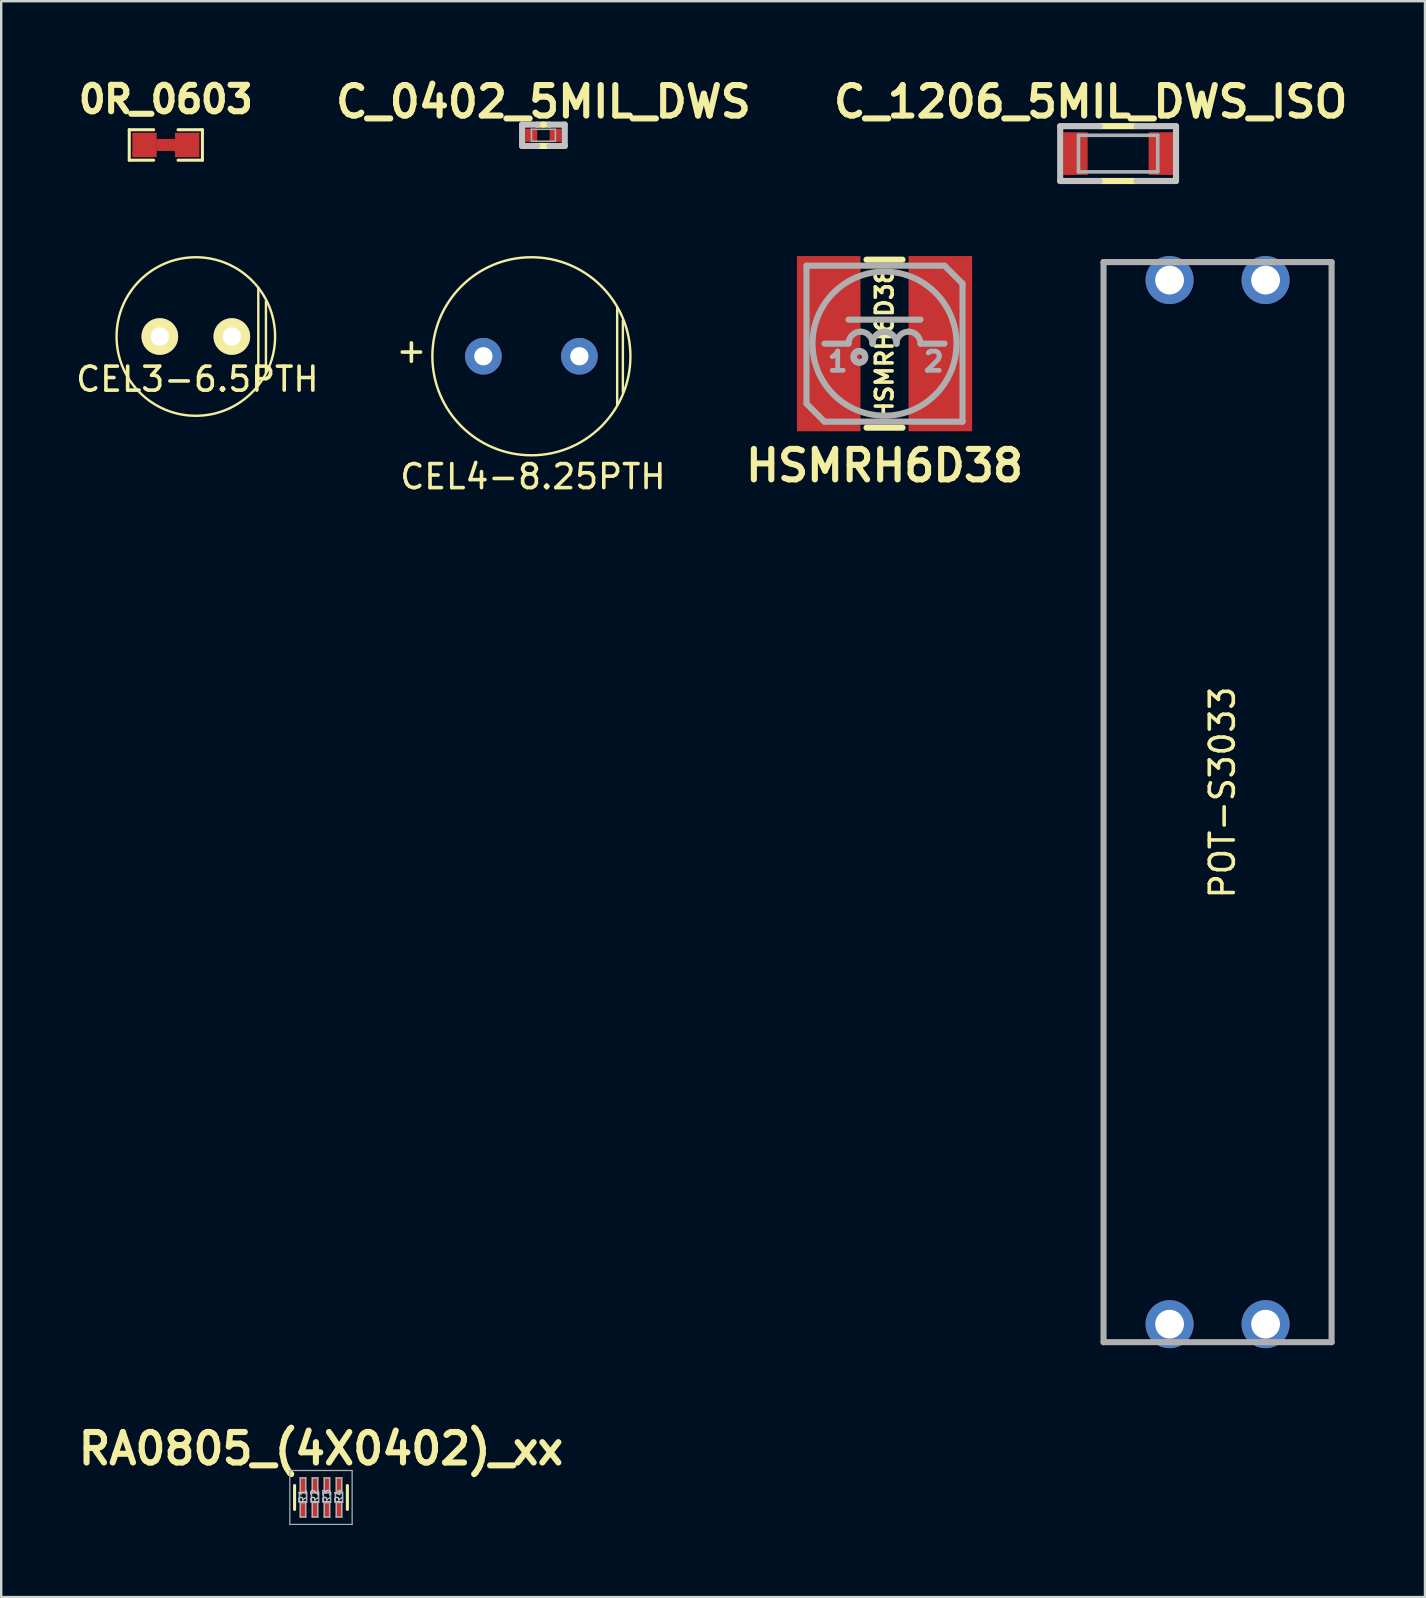
<source format=kicad_pcb>
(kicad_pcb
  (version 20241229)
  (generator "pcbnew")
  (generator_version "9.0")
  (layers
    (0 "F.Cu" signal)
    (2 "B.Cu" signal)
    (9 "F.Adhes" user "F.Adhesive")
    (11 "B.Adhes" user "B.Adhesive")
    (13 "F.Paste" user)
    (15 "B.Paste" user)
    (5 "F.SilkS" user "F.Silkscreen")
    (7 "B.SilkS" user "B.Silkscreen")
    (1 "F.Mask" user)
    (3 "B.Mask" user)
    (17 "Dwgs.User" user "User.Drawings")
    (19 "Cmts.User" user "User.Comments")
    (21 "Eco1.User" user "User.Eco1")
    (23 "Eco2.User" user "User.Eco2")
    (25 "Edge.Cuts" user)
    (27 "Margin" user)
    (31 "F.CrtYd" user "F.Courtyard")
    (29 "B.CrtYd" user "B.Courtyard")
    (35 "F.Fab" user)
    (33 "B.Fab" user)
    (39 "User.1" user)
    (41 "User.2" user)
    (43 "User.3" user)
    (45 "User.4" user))
  (footprint "CEL3-6.5PTH"
    (layer "F.Cu")
    (at 5.109 10.97)
    (property "Reference" "CEL3-6.5PTH" (at 0.064 1.778 0) (layer "F.SilkS") (effects (font (size 1 1) (thickness 0.15))))
    (attr through_hole)
    (fp_line (start 2.603 -2.032) (end 2.603 2.032) (stroke (width 0.1) (type solid)) (layer "F.SilkS"))
    (fp_line (start 2.921 -1.46) (end 2.921 1.524) (stroke (width 0.1) (type solid)) (layer "F.SilkS"))
    (fp_circle (center 0 0) (end -3.302 -0.064) (stroke (width 0.1) (type solid)) (fill no) (layer "F.SilkS"))
    (pad "1" thru_hole oval (at -1.5 0) (size 1.524 1.524) (drill 0.762) (layers "*.Cu" "*.Mask" "F.SilkS"))
    (pad "2" thru_hole circle (at 1.5 0) (size 1.524 1.524) (drill 0.762) (layers "*.Cu" "*.Mask" "F.SilkS")))
  (footprint "C_1206_5MIL_DWS_ISO"
    (layer "F.Cu")
    (at 43.533 3.348)
    (property "Reference" "C_1206_5MIL_DWS_ISO" (at -1.143 -2.159 0) (layer "F.SilkS") (effects (font (size 1.27 1.27) (thickness 0.254))))
    (attr smd)
    (fp_line (start 0.762 -1.143) (end -0.762 -1.143) (stroke (width 0.254) (type solid)) (layer "F.SilkS"))
    (fp_line (start 0.762 1.143) (end -0.762 1.143) (stroke (width 0.254) (type solid)) (layer "F.SilkS"))
    (fp_line (start -2.413 -1.143) (end -2.413 1.143) (stroke (width 0.254) (type solid)) (layer "Dwgs.User"))
    (fp_line (start -2.413 1.143) (end -0.762 1.143) (stroke (width 0.254) (type solid)) (layer "Dwgs.User"))
    (fp_line (start -0.762 -1.143) (end -2.413 -1.143) (stroke (width 0.254) (type solid)) (layer "Dwgs.User"))
    (fp_line (start 0.762 -1.143) (end 2.413 -1.143) (stroke (width 0.254) (type solid)) (layer "Dwgs.User"))
    (fp_line (start 2.413 -1.143) (end 2.413 1.143) (stroke (width 0.254) (type solid)) (layer "Dwgs.User"))
    (fp_line (start 2.413 1.143) (end 0.762 1.143) (stroke (width 0.254) (type solid)) (layer "Dwgs.User"))
    (fp_line (start -1.651 -0.762) (end -1.651 0.762) (stroke (width 0.15) (type solid)) (layer "F.Fab"))
    (fp_line (start -1.651 -0.762) (end 1.651 -0.762) (stroke (width 0.15) (type solid)) (layer "F.Fab"))
    (fp_line (start -1.651 0.762) (end 1.651 0.762) (stroke (width 0.15) (type solid)) (layer "F.Fab"))
    (fp_line (start 1.651 0.762) (end 1.651 -0.762) (stroke (width 0.15) (type solid)) (layer "F.Fab"))
    (pad "1" smd rect (at -1.778 0) (size 1.016 1.778) (layers "F.Cu" "F.Mask" "F.Paste"))
    (pad "2" smd rect (at 1.778 0) (size 1.016 1.778) (layers "F.Cu" "F.Mask" "F.Paste")))
  (footprint "RA0805_(4X0402)_xx"
    (layer "F.Cu")
    (at 10.323 59.338)
    (property "Reference" "RA0805_(4X0402)_xx" (at 0 -2.032 0) (layer "F.SilkS") (effects (font (size 1.27 1.27) (thickness 0.254))))
    (attr smd)
    (fp_line (start -1.1 -0.498) (end -1.1 0.498) (stroke (width 0.127) (type solid)) (layer "F.SilkS"))
    (fp_line (start 1.1 0.498) (end 1.1 -0.498) (stroke (width 0.127) (type solid)) (layer "F.SilkS"))
    (fp_line (start -1.298 -1.123) (end 1.298 -1.123) (stroke (width 0.051) (type solid)) (layer "F.Fab"))
    (fp_line (start -1.298 1.123) (end -1.298 -1.123) (stroke (width 0.051) (type solid)) (layer "F.Fab"))
    (fp_line (start -0.899 -0.198) (end -0.599 -0.198) (stroke (width 0.066) (type solid)) (layer "F.Fab"))
    (fp_line (start -0.899 0.198) (end -0.899 -0.198) (stroke (width 0.066) (type solid)) (layer "F.Fab"))
    (fp_line (start -0.899 0.198) (end -0.599 0.198) (stroke (width 0.066) (type solid)) (layer "F.Fab"))
    (fp_line (start -0.864 -0.813) (end -0.635 -0.813) (stroke (width 0.066) (type solid)) (layer "F.Fab"))
    (fp_line (start -0.864 -0.208) (end -0.864 -0.813) (stroke (width 0.066) (type solid)) (layer "F.Fab"))
    (fp_line (start -0.864 -0.208) (end -0.635 -0.208) (stroke (width 0.066) (type solid)) (layer "F.Fab"))
    (fp_line (start -0.864 0.208) (end -0.635 0.208) (stroke (width 0.066) (type solid)) (layer "F.Fab"))
    (fp_line (start -0.864 0.813) (end -0.864 0.208) (stroke (width 0.066) (type solid)) (layer "F.Fab"))
    (fp_line (start -0.864 0.813) (end -0.635 0.813) (stroke (width 0.066) (type solid)) (layer "F.Fab"))
    (fp_line (start -0.635 -0.208) (end -0.635 -0.813) (stroke (width 0.066) (type solid)) (layer "F.Fab"))
    (fp_line (start -0.635 0.813) (end -0.635 0.208) (stroke (width 0.066) (type solid)) (layer "F.Fab"))
    (fp_line (start -0.599 0.198) (end -0.599 -0.198) (stroke (width 0.066) (type solid)) (layer "F.Fab"))
    (fp_line (start -0.399 -0.198) (end -0.099 -0.198) (stroke (width 0.066) (type solid)) (layer "F.Fab"))
    (fp_line (start -0.399 0.198) (end -0.399 -0.198) (stroke (width 0.066) (type solid)) (layer "F.Fab"))
    (fp_line (start -0.399 0.198) (end -0.099 0.198) (stroke (width 0.066) (type solid)) (layer "F.Fab"))
    (fp_line (start -0.363 -0.813) (end -0.135 -0.813) (stroke (width 0.066) (type solid)) (layer "F.Fab"))
    (fp_line (start -0.363 -0.208) (end -0.363 -0.813) (stroke (width 0.066) (type solid)) (layer "F.Fab"))
    (fp_line (start -0.363 -0.208) (end -0.135 -0.208) (stroke (width 0.066) (type solid)) (layer "F.Fab"))
    (fp_line (start -0.363 0.208) (end -0.135 0.208) (stroke (width 0.066) (type solid)) (layer "F.Fab"))
    (fp_line (start -0.363 0.813) (end -0.363 0.208) (stroke (width 0.066) (type solid)) (layer "F.Fab"))
    (fp_line (start -0.363 0.813) (end -0.135 0.813) (stroke (width 0.066) (type solid)) (layer "F.Fab"))
    (fp_line (start -0.135 -0.208) (end -0.135 -0.813) (stroke (width 0.066) (type solid)) (layer "F.Fab"))
    (fp_line (start -0.135 0.813) (end -0.135 0.208) (stroke (width 0.066) (type solid)) (layer "F.Fab"))
    (fp_line (start -0.099 0.198) (end -0.099 -0.198) (stroke (width 0.066) (type solid)) (layer "F.Fab"))
    (fp_line (start 0.099 -0.198) (end 0.399 -0.198) (stroke (width 0.066) (type solid)) (layer "F.Fab"))
    (fp_line (start 0.099 0.198) (end 0.099 -0.198) (stroke (width 0.066) (type solid)) (layer "F.Fab"))
    (fp_line (start 0.099 0.198) (end 0.399 0.198) (stroke (width 0.066) (type solid)) (layer "F.Fab"))
    (fp_line (start 0.135 -0.813) (end 0.363 -0.813) (stroke (width 0.066) (type solid)) (layer "F.Fab"))
    (fp_line (start 0.135 -0.208) (end 0.135 -0.813) (stroke (width 0.066) (type solid)) (layer "F.Fab"))
    (fp_line (start 0.135 -0.208) (end 0.363 -0.208) (stroke (width 0.066) (type solid)) (layer "F.Fab"))
    (fp_line (start 0.135 0.208) (end 0.363 0.208) (stroke (width 0.066) (type solid)) (layer "F.Fab"))
    (fp_line (start 0.135 0.813) (end 0.135 0.208) (stroke (width 0.066) (type solid)) (layer "F.Fab"))
    (fp_line (start 0.135 0.813) (end 0.363 0.813) (stroke (width 0.066) (type solid)) (layer "F.Fab"))
    (fp_line (start 0.363 -0.208) (end 0.363 -0.813) (stroke (width 0.066) (type solid)) (layer "F.Fab"))
    (fp_line (start 0.363 0.813) (end 0.363 0.208) (stroke (width 0.066) (type solid)) (layer "F.Fab"))
    (fp_line (start 0.399 0.198) (end 0.399 -0.198) (stroke (width 0.066) (type solid)) (layer "F.Fab"))
    (fp_line (start 0.599 -0.198) (end 0.899 -0.198) (stroke (width 0.066) (type solid)) (layer "F.Fab"))
    (fp_line (start 0.599 0.198) (end 0.599 -0.198) (stroke (width 0.066) (type solid)) (layer "F.Fab"))
    (fp_line (start 0.599 0.198) (end 0.899 0.198) (stroke (width 0.066) (type solid)) (layer "F.Fab"))
    (fp_line (start 0.635 -0.813) (end 0.864 -0.813) (stroke (width 0.066) (type solid)) (layer "F.Fab"))
    (fp_line (start 0.635 -0.208) (end 0.635 -0.813) (stroke (width 0.066) (type solid)) (layer "F.Fab"))
    (fp_line (start 0.635 -0.208) (end 0.864 -0.208) (stroke (width 0.066) (type solid)) (layer "F.Fab"))
    (fp_line (start 0.635 0.208) (end 0.864 0.208) (stroke (width 0.066) (type solid)) (layer "F.Fab"))
    (fp_line (start 0.635 0.813) (end 0.635 0.208) (stroke (width 0.066) (type solid)) (layer "F.Fab"))
    (fp_line (start 0.635 0.813) (end 0.864 0.813) (stroke (width 0.066) (type solid)) (layer "F.Fab"))
    (fp_line (start 0.864 -0.208) (end 0.864 -0.813) (stroke (width 0.066) (type solid)) (layer "F.Fab"))
    (fp_line (start 0.864 0.813) (end 0.864 0.208) (stroke (width 0.066) (type solid)) (layer "F.Fab"))
    (fp_line (start 0.899 0.198) (end 0.899 -0.198) (stroke (width 0.066) (type solid)) (layer "F.Fab"))
    (fp_line (start 1.298 -1.123) (end 1.298 1.123) (stroke (width 0.051) (type solid)) (layer "F.Fab"))
    (fp_line (start 1.298 1.123) (end -1.298 1.123) (stroke (width 0.051) (type solid)) (layer "F.Fab"))
    (fp_text user "R2" (at -0.251 -0.053 90) (layer "Dwgs.User") (effects (font (size 0.305 0.305) (thickness 0.051))))
    (fp_text user "R4" (at 0.747 -0.053 90) (layer "Dwgs.User") (effects (font (size 0.305 0.305) (thickness 0.051))))
    (fp_text user "R1" (at -0.752 -0.053 90) (layer "Dwgs.User") (effects (font (size 0.305 0.305) (thickness 0.051))))
    (fp_text user "R3" (at 0.246 -0.053 90) (layer "Dwgs.User") (effects (font (size 0.305 0.305) (thickness 0.051))))
    (pad "1.1" smd rect (at -0.75 0.512 90) (size 0.625 0.25) (layers "F.Cu" "F.Mask" "F.Paste"))
    (pad "1.2" smd rect (at -0.75 -0.512 90) (size 0.625 0.25) (layers "F.Cu" "F.Mask" "F.Paste"))
    (pad "2.1" smd rect (at -0.25 0.512 90) (size 0.625 0.25) (layers "F.Cu" "F.Mask" "F.Paste"))
    (pad "2.2" smd rect (at -0.25 -0.512 90) (size 0.625 0.25) (layers "F.Cu" "F.Mask" "F.Paste"))
    (pad "3.1" smd rect (at 0.25 0.512 270) (size 0.625 0.25) (layers "F.Cu" "F.Mask" "F.Paste"))
    (pad "3.2" smd rect (at 0.25 -0.512 270) (size 0.625 0.25) (layers "F.Cu" "F.Mask" "F.Paste"))
    (pad "4.1" smd rect (at 0.75 0.512 270) (size 0.625 0.25) (layers "F.Cu" "F.Mask" "F.Paste"))
    (pad "4.2" smd rect (at 0.75 -0.512 270) (size 0.625 0.25) (layers "F.Cu" "F.Mask" "F.Paste")))
  (footprint "0R_0603"
    (layer "F.Cu")
    (at 3.859 2.989)
    (property "Reference" "0R_0603" (at 0 -1.9 0) (layer "F.SilkS") (effects (font (size 1.1 1.1) (thickness 0.254))))
    (attr smd)
    (fp_line (start -1.524 -0.635) (end -1.524 0.635) (stroke (width 0.127) (type solid)) (layer "F.SilkS"))
    (fp_line (start -1.524 -0.635) (end -0.508 -0.635) (stroke (width 0.127) (type solid)) (layer "F.SilkS"))
    (fp_line (start -1.524 0.635) (end -0.508 0.635) (stroke (width 0.127) (type solid)) (layer "F.SilkS"))
    (fp_line (start 0.508 -0.635) (end 1.524 -0.635) (stroke (width 0.127) (type solid)) (layer "F.SilkS"))
    (fp_line (start 1.524 -0.635) (end 1.524 0.635) (stroke (width 0.127) (type solid)) (layer "F.SilkS"))
    (fp_line (start 1.524 0.635) (end 0.508 0.635) (stroke (width 0.127) (type solid)) (layer "F.SilkS"))
    (pad "1" smd rect (at -0.889 0) (size 1.016 1.016) (layers "F.Cu" "F.Mask" "F.Paste"))
    (pad "1" smd rect (at 0 0) (size 0.78 0.5) (layers "F.Cu" "F.Mask" "F.Paste"))
    (pad "2" smd rect (at 0.889 0) (size 1.016 1.016) (layers "F.Cu" "F.Mask" "F.Paste")))
  (footprint "HSMRH6D38"
    (layer "F.Cu")
    (at 33.801 11.268)
    (property "Reference" "HSMRH6D38" (at 0 5.08 0) (layer "F.SilkS") (effects (font (size 1.27 1.27) (thickness 0.254))))
    (attr through_hole)
    (fp_line (start -0.75 -3.5) (end 0.75 -3.5) (stroke (width 0.254) (type solid)) (layer "F.SilkS"))
    (fp_line (start -0.75 3.5) (end 0.75 3.5) (stroke (width 0.254) (type solid)) (layer "F.SilkS"))
    (fp_line (start -3.25 -3.25) (end 2.5 -3.25) (stroke (width 0.254) (type solid)) (layer "F.Fab"))
    (fp_line (start -3.25 2.5) (end -3.25 -3.25) (stroke (width 0.254) (type solid)) (layer "F.Fab"))
    (fp_line (start -3.25 2.5) (end -2.5 3.25) (stroke (width 0.254) (type solid)) (layer "F.Fab"))
    (fp_line (start -1.5 -1) (end 1.5 -1) (stroke (width 0.254) (type solid)) (layer "F.Fab"))
    (fp_line (start -1.5 0) (end -2.5 0) (stroke (width 0.254) (type solid)) (layer "F.Fab"))
    (fp_line (start 1.5 0) (end 2.5 0) (stroke (width 0.254) (type solid)) (layer "F.Fab"))
    (fp_line (start 3.25 -2.5) (end 2.5 -3.25) (stroke (width 0.254) (type solid)) (layer "F.Fab"))
    (fp_line (start 3.25 -2.5) (end 3.25 3.25) (stroke (width 0.254) (type solid)) (layer "F.Fab"))
    (fp_line (start 3.25 3.25) (end -2.5 3.25) (stroke (width 0.254) (type solid)) (layer "F.Fab"))
    (fp_arc (start -1.5 0) (mid -1.353553 -0.353553) (end -1 -0.5) (stroke (width 0.254) (type solid)) (layer "F.Fab"))
    (fp_arc (start -1 -0.5) (mid -0.646447 -0.353553) (end -0.5 0) (stroke (width 0.254) (type solid)) (layer "F.Fab"))
    (fp_arc (start -0.5 0) (mid -0.353553 -0.353553) (end 0 -0.5) (stroke (width 0.254) (type solid)) (layer "F.Fab"))
    (fp_arc (start 0 -0.5) (mid 0.353553 -0.353553) (end 0.5 0) (stroke (width 0.254) (type solid)) (layer "F.Fab"))
    (fp_arc (start 0.5 0) (mid 0.646447 -0.353553) (end 1 -0.5) (stroke (width 0.254) (type solid)) (layer "F.Fab"))
    (fp_arc (start 1 -0.5) (mid 1.353553 -0.353553) (end 1.5 0) (stroke (width 0.254) (type solid)) (layer "F.Fab"))
    (fp_circle (center -1.05 0.55) (end -1.15 0.55) (stroke (width 0.254) (type solid)) (fill no) (layer "F.Fab"))
    (fp_circle (center -1.05 0.55) (end -1.05 0.8) (stroke (width 0.254) (type solid)) (fill no) (layer "F.Fab"))
    (fp_circle (center 0 0) (end -3 0) (stroke (width 0.254) (type solid)) (fill no) (layer "F.Fab"))
    (fp_text user "HSMRH6D38" (at 0 0 90) (layer "F.SilkS") (effects (font (size 0.7 0.7) (thickness 0.15))))
    (fp_text user "2" (at 2.05 0.75 0) (layer "F.Fab") (effects (font (size 0.8 0.8) (thickness 0.2))))
    (fp_text user "1" (at -1.95 0.75 0) (layer "F.Fab") (effects (font (size 0.8 0.8) (thickness 0.2))))
    (pad "1" smd rect (at -2.325 0) (size 2.65 7.3) (layers "F.Cu" "F.Mask" "F.Paste"))
    (pad "2" smd rect (at 2.325 0) (size 2.65 7.3) (layers "F.Cu" "F.Mask" "F.Paste")))
  (footprint "CEL4-8.25PTH"
    (layer "F.Cu")
    (at 19.089 11.793)
    (property "Reference" "CEL4-8.25PTH" (at 0.064 5.016 0) (layer "F.SilkS") (effects (font (size 1 1) (thickness 0.15))))
    (attr smd)
    (fp_line (start 3.574 -2.032) (end 3.574 2.032) (stroke (width 0.1) (type solid)) (layer "F.SilkS"))
    (fp_line (start 3.811 -1.49) (end 3.811 1.494) (stroke (width 0.1) (type solid)) (layer "F.SilkS"))
    (fp_circle (center 0 0) (end -4.125 -0.064) (stroke (width 0.1) (type solid)) (fill no) (layer "F.SilkS"))
    (fp_text user "+" (at -5 -0.25 0) (layer "F.SilkS") (effects (font (size 1 1) (thickness 0.15))))
    (pad "1" thru_hole oval (at -2 0) (size 1.524 1.524) (drill 0.762) (layers "*.Cu" "*.Mask"))
    (pad "2" thru_hole circle (at 2 0) (size 1.524 1.524) (drill 0.762) (layers "*.Cu" "*.Mask")))
  (footprint "C_0402_5MIL_DWS"
    (layer "F.Cu")
    (at 19.59 2.586)
    (property "Reference" "C_0402_5MIL_DWS" (at 0 -1.397 0) (layer "F.SilkS") (effects (font (size 1.27 1.27) (thickness 0.254))))
    (attr smd)
    (fp_line (start 0 -0.445) (end -0.254 -0.445) (stroke (width 0.254) (type solid)) (layer "F.SilkS"))
    (fp_line (start 0 -0.445) (end 0.254 -0.445) (stroke (width 0.254) (type solid)) (layer "F.SilkS"))
    (fp_line (start 0 0.445) (end -0.254 0.445) (stroke (width 0.254) (type solid)) (layer "F.SilkS"))
    (fp_line (start 0 0.445) (end 0.254 0.445) (stroke (width 0.254) (type solid)) (layer "F.SilkS"))
    (fp_line (start -0.889 -0.445) (end -0.889 0.445) (stroke (width 0.254) (type solid)) (layer "Dwgs.User"))
    (fp_line (start -0.889 0.445) (end -0.254 0.445) (stroke (width 0.254) (type solid)) (layer "Dwgs.User"))
    (fp_line (start -0.254 -0.445) (end -0.889 -0.445) (stroke (width 0.254) (type solid)) (layer "Dwgs.User"))
    (fp_line (start 0.254 -0.445) (end 0.889 -0.445) (stroke (width 0.254) (type solid)) (layer "Dwgs.User"))
    (fp_line (start 0.889 -0.445) (end 0.889 0.445) (stroke (width 0.254) (type solid)) (layer "Dwgs.User"))
    (fp_line (start 0.889 0.445) (end 0.254 0.445) (stroke (width 0.254) (type solid)) (layer "Dwgs.User"))
    (fp_line (start -0.498 -0.249) (end 0.498 -0.249) (stroke (width 0.066) (type solid)) (layer "F.Fab"))
    (fp_line (start -0.498 0.249) (end -0.498 -0.249) (stroke (width 0.066) (type solid)) (layer "F.Fab"))
    (fp_line (start -0.498 0.249) (end 0.498 0.249) (stroke (width 0.066) (type solid)) (layer "F.Fab"))
    (fp_line (start 0.498 0.249) (end 0.498 -0.249) (stroke (width 0.066) (type solid)) (layer "F.Fab"))
    (pad "1" smd rect (at -0.508 0 180) (size 0.5 0.55) (layers "F.Cu" "F.Mask" "F.Paste"))
    (pad "2" smd rect (at 0.508 0) (size 0.5 0.55) (layers "F.Cu" "F.Mask" "F.Paste")))
  (footprint "POT-S3033"
    (layer "F.Cu")
    (at 47.677 30.368)
    (property "Reference" "POT-S3033" (at 0.2 -0.4 90) (layer "F.SilkS") (effects (font (size 1 1) (thickness 0.15))))
    (attr through_hole)
    (fp_line (start -4.75 -22.5) (end 4.75 -22.5) (stroke (width 0.254) (type solid)) (layer "F.Fab"))
    (fp_line (start -4.75 22.5) (end -4.75 -22.5) (stroke (width 0.254) (type solid)) (layer "F.Fab"))
    (fp_line (start 4.75 -22.5) (end 4.75 22.5) (stroke (width 0.254) (type solid)) (layer "F.Fab"))
    (fp_line (start 4.75 22.5) (end -4.75 22.5) (stroke (width 0.254) (type solid)) (layer "F.Fab"))
    (pad "1" thru_hole circle (at 2 21.75) (size 2 2) (drill 1.2) (layers "*.Cu" "*.Mask"))
    (pad "2" thru_hole circle (at -2 -21.75) (size 2 2) (drill 1.2) (layers "*.Cu" "*.Mask"))
    (pad "2" thru_hole circle (at -2 21.75) (size 2 2) (drill 1.2) (layers "*.Cu" "*.Mask"))
    (pad "3" thru_hole circle (at 2 -21.75) (size 2 2) (drill 1.2) (layers "*.Cu" "*.Mask")))
  (gr_rect
    (start -3 -3)
    (end 56.318 63.487)
    (stroke (width 0.1) (type default))
    (fill no)
    (layer "Edge.Cuts")))
</source>
